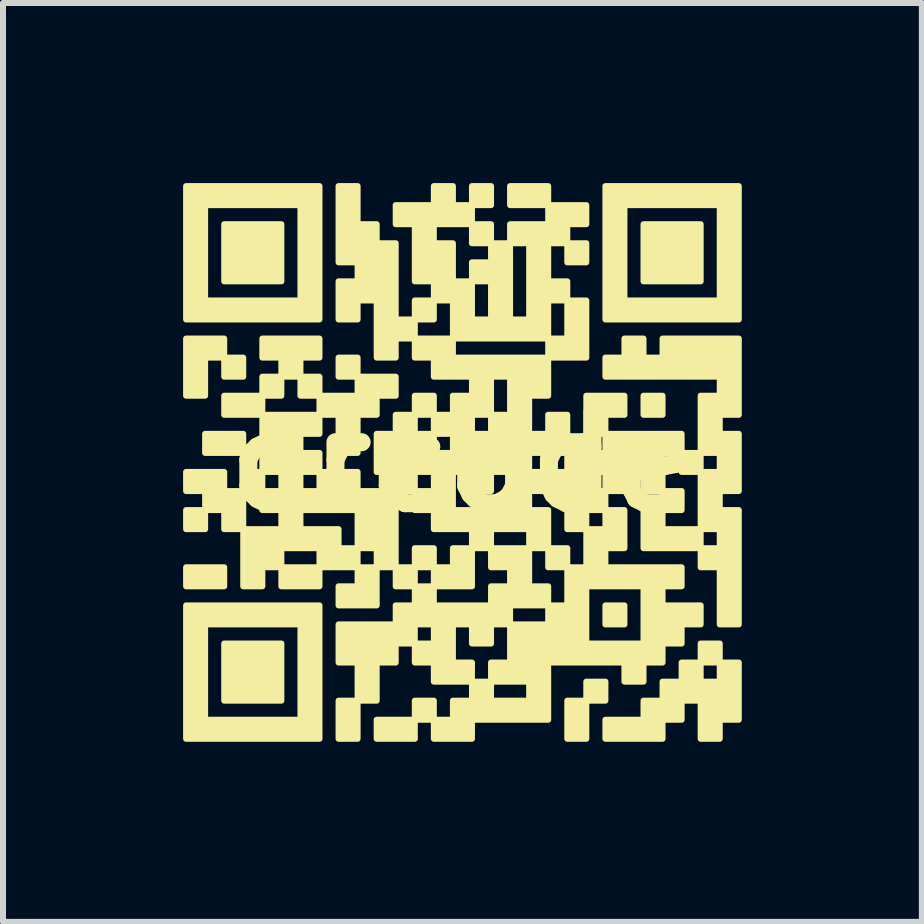
<source format=kicad_pcb>
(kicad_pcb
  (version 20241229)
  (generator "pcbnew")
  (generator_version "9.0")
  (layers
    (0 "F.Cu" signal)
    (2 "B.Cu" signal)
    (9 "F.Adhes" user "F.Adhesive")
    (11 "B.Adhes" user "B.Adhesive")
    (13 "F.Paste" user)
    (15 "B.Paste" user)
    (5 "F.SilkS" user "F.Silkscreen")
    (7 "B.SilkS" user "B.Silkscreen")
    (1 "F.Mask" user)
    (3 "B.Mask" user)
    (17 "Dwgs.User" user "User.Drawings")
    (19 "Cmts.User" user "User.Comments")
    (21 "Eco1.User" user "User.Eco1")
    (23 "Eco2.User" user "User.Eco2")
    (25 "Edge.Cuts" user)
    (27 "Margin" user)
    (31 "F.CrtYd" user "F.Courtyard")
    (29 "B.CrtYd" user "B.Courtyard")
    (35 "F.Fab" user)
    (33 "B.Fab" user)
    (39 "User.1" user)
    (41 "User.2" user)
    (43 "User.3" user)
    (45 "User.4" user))
  (footprint "qrcode"
    (layer "F.Cu")
    (at 4.643 4.643)
    (property "Reference" "qrcode" (at 0 0 0) (layer "F.SilkS") (effects (font (size 1.524 1.524) (thickness 0.3))))
    (attr through_hole)
    (fp_poly (pts (xy -4.276 1.122) (xy -4.434 1.122) (xy -4.593 1.122) (xy -4.593 0.963) (xy -4.593 0.804) (xy -4.434 0.804) (xy -4.276 0.804) (xy -4.276 0.963) (xy -4.276 1.122)) (stroke (width 0.1) (type solid)) (fill yes) (layer "F.SilkS"))
    (fp_poly (pts (xy -3.958 2.074) (xy -4.276 2.074) (xy -4.593 2.074) (xy -4.593 1.916) (xy -4.593 1.757) (xy -4.276 1.757) (xy -3.958 1.757) (xy -3.958 1.916) (xy -3.958 2.074)) (stroke (width 0.1) (type solid)) (fill yes) (layer "F.SilkS"))
    (fp_poly (pts (xy -3.641 -1.418) (xy -3.799 -1.418) (xy -3.958 -1.418) (xy -3.958 -1.577) (xy -3.958 -1.736) (xy -3.799 -1.736) (xy -3.641 -1.736) (xy -3.641 -1.577) (xy -3.641 -1.418)) (stroke (width 0.1) (type solid)) (fill yes) (layer "F.SilkS"))
    (fp_poly (pts (xy -3.641 -0.148) (xy -3.958 -0.148) (xy -4.276 -0.148) (xy -4.276 -0.307) (xy -4.276 -0.466) (xy -3.958 -0.466) (xy -3.641 -0.466) (xy -3.641 -0.307) (xy -3.641 -0.148)) (stroke (width 0.1) (type solid)) (fill yes) (layer "F.SilkS"))
    (fp_poly (pts (xy -3.323 -0.783) (xy -3.641 -0.783) (xy -3.958 -0.783) (xy -3.958 -0.942) (xy -3.958 -1.101) (xy -3.641 -1.101) (xy -3.323 -1.101) (xy -3.323 -0.942) (xy -3.323 -0.783)) (stroke (width 0.1) (type solid)) (fill yes) (layer "F.SilkS"))
    (fp_poly (pts (xy -3.323 0.487) (xy -3.482 0.487) (xy -3.641 0.487) (xy -3.641 0.328) (xy -3.641 0.169) (xy -3.482 0.169) (xy -3.323 0.169) (xy -3.323 0.328) (xy -3.323 0.487)) (stroke (width 0.1) (type solid)) (fill yes) (layer "F.SilkS"))
    (fp_poly (pts (xy -3.006 -3.006) (xy -3.482 -3.006) (xy -3.958 -3.006) (xy -3.958 -3.482) (xy -3.958 -3.958) (xy -3.482 -3.958) (xy -3.006 -3.958) (xy -3.006 -3.482) (xy -3.006 -3.006)) (stroke (width 0.1) (type solid)) (fill yes) (layer "F.SilkS"))
    (fp_poly (pts (xy -3.006 -1.101) (xy -3.164 -1.101) (xy -3.323 -1.101) (xy -3.323 -1.259) (xy -3.323 -1.418) (xy -3.164 -1.418) (xy -3.006 -1.418) (xy -3.006 -1.259) (xy -3.006 -1.101)) (stroke (width 0.1) (type solid)) (fill yes) (layer "F.SilkS"))
    (fp_poly (pts (xy -3.006 0.804) (xy -3.164 0.804) (xy -3.323 0.804) (xy -3.323 0.646) (xy -3.323 0.487) (xy -3.164 0.487) (xy -3.006 0.487) (xy -3.006 0.646) (xy -3.006 0.804)) (stroke (width 0.1) (type solid)) (fill yes) (layer "F.SilkS"))
    (fp_poly (pts (xy -3.006 3.979) (xy -3.482 3.979) (xy -3.958 3.979) (xy -3.958 3.503) (xy -3.958 3.027) (xy -3.482 3.027) (xy -3.006 3.027) (xy -3.006 3.503) (xy -3.006 3.979)) (stroke (width 0.1) (type solid)) (fill yes) (layer "F.SilkS"))
    (fp_poly (pts (xy -2.371 -1.101) (xy -2.529 -1.101) (xy -2.688 -1.101) (xy -2.688 -1.259) (xy -2.688 -1.418) (xy -2.529 -1.418) (xy -2.371 -1.418) (xy -2.371 -1.259) (xy -2.371 -1.101)) (stroke (width 0.1) (type solid)) (fill yes) (layer "F.SilkS"))
    (fp_poly (pts (xy -2.371 2.074) (xy -2.688 2.074) (xy -3.006 2.074) (xy -3.006 1.916) (xy -3.006 1.757) (xy -2.688 1.757) (xy -2.371 1.757) (xy -2.371 1.916) (xy -2.371 2.074)) (stroke (width 0.1) (type solid)) (fill yes) (layer "F.SilkS"))
    (fp_poly (pts (xy -1.736 -1.418) (xy -1.894 -1.418) (xy -2.053 -1.418) (xy -2.053 -1.577) (xy -2.053 -1.736) (xy -1.894 -1.736) (xy -1.736 -1.736) (xy -1.736 -1.577) (xy -1.736 -1.418)) (stroke (width 0.1) (type solid)) (fill yes) (layer "F.SilkS"))
    (fp_poly (pts (xy -1.736 4.614) (xy -1.894 4.614) (xy -2.053 4.614) (xy -2.053 4.297) (xy -2.053 3.979) (xy -1.894 3.979) (xy -1.736 3.979) (xy -1.736 4.297) (xy -1.736 4.614)) (stroke (width 0.1) (type solid)) (fill yes) (layer "F.SilkS"))
    (fp_poly (pts (xy -0.783 -0.466) (xy -0.942 -0.466) (xy -1.101 -0.466) (xy -1.101 -0.624) (xy -1.101 -0.783) (xy -0.942 -0.783) (xy -0.783 -0.783) (xy -0.783 -0.624) (xy -0.783 -0.466)) (stroke (width 0.1) (type solid)) (fill yes) (layer "F.SilkS"))
    (fp_poly (pts (xy -0.783 2.074) (xy -0.942 2.074) (xy -1.101 2.074) (xy -1.101 1.916) (xy -1.101 1.757) (xy -0.942 1.757) (xy -0.783 1.757) (xy -0.783 1.916) (xy -0.783 2.074)) (stroke (width 0.1) (type solid)) (fill yes) (layer "F.SilkS"))
    (fp_poly (pts (xy -0.783 4.614) (xy -1.101 4.614) (xy -1.418 4.614) (xy -1.418 4.456) (xy -1.418 4.297) (xy -1.101 4.297) (xy -0.783 4.297) (xy -0.783 4.456) (xy -0.783 4.614)) (stroke (width 0.1) (type solid)) (fill yes) (layer "F.SilkS"))
    (fp_poly (pts (xy -0.466 -2.371) (xy -0.624 -2.371) (xy -0.783 -2.371) (xy -0.783 -2.529) (xy -0.783 -2.688) (xy -0.624 -2.688) (xy -0.466 -2.688) (xy -0.466 -2.529) (xy -0.466 -2.371)) (stroke (width 0.1) (type solid)) (fill yes) (layer "F.SilkS"))
    (fp_poly (pts (xy -0.466 -0.783) (xy -0.624 -0.783) (xy -0.783 -0.783) (xy -0.783 -0.942) (xy -0.783 -1.101) (xy -0.624 -1.101) (xy -0.466 -1.101) (xy -0.466 -0.942) (xy -0.466 -0.783)) (stroke (width 0.1) (type solid)) (fill yes) (layer "F.SilkS"))
    (fp_poly (pts (xy -0.466 1.757) (xy -0.624 1.757) (xy -0.783 1.757) (xy -0.783 1.598) (xy -0.783 1.439) (xy -0.624 1.439) (xy -0.466 1.439) (xy -0.466 1.598) (xy -0.466 1.757)) (stroke (width 0.1) (type solid)) (fill yes) (layer "F.SilkS"))
    (fp_poly (pts (xy -0.466 4.297) (xy -0.624 4.297) (xy -0.783 4.297) (xy -0.783 4.138) (xy -0.783 3.979) (xy -0.624 3.979) (xy -0.466 3.979) (xy -0.466 4.138) (xy -0.466 4.297)) (stroke (width 0.1) (type solid)) (fill yes) (layer "F.SilkS"))
    (fp_poly (pts (xy 0.487 -4.276) (xy 0.328 -4.276) (xy 0.169 -4.276) (xy 0.169 -4.434) (xy 0.169 -4.593) (xy 0.328 -4.593) (xy 0.487 -4.593) (xy 0.487 -4.434) (xy 0.487 -4.276)) (stroke (width 0.1) (type solid)) (fill yes) (layer "F.SilkS"))
    (fp_poly (pts (xy 0.487 -3.641) (xy 0.328 -3.641) (xy 0.169 -3.641) (xy 0.169 -3.799) (xy 0.169 -3.958) (xy 0.328 -3.958) (xy 0.487 -3.958) (xy 0.487 -3.799) (xy 0.487 -3.641)) (stroke (width 0.1) (type solid)) (fill yes) (layer "F.SilkS"))
    (fp_poly (pts (xy 1.439 -4.276) (xy 1.122 -4.276) (xy 0.804 -4.276) (xy 0.804 -4.434) (xy 0.804 -4.593) (xy 1.122 -4.593) (xy 1.439 -4.593) (xy 1.439 -4.434) (xy 1.439 -4.276)) (stroke (width 0.1) (type solid)) (fill yes) (layer "F.SilkS"))
    (fp_poly (pts (xy 1.757 1.757) (xy 1.598 1.757) (xy 1.439 1.757) (xy 1.439 1.598) (xy 1.439 1.439) (xy 1.598 1.439) (xy 1.757 1.439) (xy 1.757 1.598) (xy 1.757 1.757)) (stroke (width 0.1) (type solid)) (fill yes) (layer "F.SilkS"))
    (fp_poly (pts (xy 2.074 -3.323) (xy 1.916 -3.323) (xy 1.757 -3.323) (xy 1.757 -3.482) (xy 1.757 -3.641) (xy 1.916 -3.641) (xy 2.074 -3.641) (xy 2.074 -3.482) (xy 2.074 -3.323)) (stroke (width 0.1) (type solid)) (fill yes) (layer "F.SilkS"))
    (fp_poly (pts (xy 2.074 4.614) (xy 1.916 4.614) (xy 1.757 4.614) (xy 1.757 4.297) (xy 1.757 3.979) (xy 1.916 3.979) (xy 2.074 3.979) (xy 2.074 4.297) (xy 2.074 4.614)) (stroke (width 0.1) (type solid)) (fill yes) (layer "F.SilkS"))
    (fp_poly (pts (xy 2.392 3.979) (xy 2.233 3.979) (xy 2.074 3.979) (xy 2.074 3.821) (xy 2.074 3.662) (xy 2.233 3.662) (xy 2.392 3.662) (xy 2.392 3.821) (xy 2.392 3.979)) (stroke (width 0.1) (type solid)) (fill yes) (layer "F.SilkS"))
    (fp_poly (pts (xy 2.709 2.709) (xy 2.551 2.709) (xy 2.392 2.709) (xy 2.392 2.551) (xy 2.392 2.392) (xy 2.551 2.392) (xy 2.709 2.392) (xy 2.709 2.551) (xy 2.709 2.709)) (stroke (width 0.1) (type solid)) (fill yes) (layer "F.SilkS"))
    (fp_poly (pts (xy 3.344 -0.783) (xy 3.186 -0.783) (xy 3.027 -0.783) (xy 3.027 -0.942) (xy 3.027 -1.101) (xy 3.186 -1.101) (xy 3.344 -1.101) (xy 3.344 -0.942) (xy 3.344 -0.783)) (stroke (width 0.1) (type solid)) (fill yes) (layer "F.SilkS"))
    (fp_poly (pts (xy 3.662 0.804) (xy 3.503 0.804) (xy 3.344 0.804) (xy 3.344 0.646) (xy 3.344 0.487) (xy 3.503 0.487) (xy 3.662 0.487) (xy 3.662 0.646) (xy 3.662 0.804)) (stroke (width 0.1) (type solid)) (fill yes) (layer "F.SilkS"))
    (fp_poly (pts (xy 3.979 -3.006) (xy 3.503 -3.006) (xy 3.027 -3.006) (xy 3.027 -3.482) (xy 3.027 -3.958) (xy 3.503 -3.958) (xy 3.979 -3.958) (xy 3.979 -3.482) (xy 3.979 -3.006)) (stroke (width 0.1) (type solid)) (fill yes) (layer "F.SilkS"))
    (fp_poly (pts (xy 3.979 0.169) (xy 3.821 0.169) (xy 3.662 0.169) (xy 3.662 0.011) (xy 3.662 -0.148) (xy 3.821 -0.148) (xy 3.979 -0.148) (xy 3.979 0.011) (xy 3.979 0.169)) (stroke (width 0.1) (type solid)) (fill yes) (layer "F.SilkS"))
    (fp_poly (pts (xy 4.297 3.344) (xy 4.138 3.344) (xy 3.979 3.344) (xy 3.979 3.186) (xy 3.979 3.027) (xy 4.138 3.027) (xy 4.297 3.027) (xy 4.297 3.186) (xy 4.297 3.344)) (stroke (width 0.1) (type solid)) (fill yes) (layer "F.SilkS"))
    (fp_poly (pts (xy -3.958 -1.736) (xy -4.117 -1.736) (xy -4.276 -1.736) (xy -4.276 -1.418) (xy -4.276 -1.101) (xy -4.434 -1.101) (xy -4.593 -1.101) (xy -4.593 -1.577) (xy -4.593 -2.053) (xy -4.276 -2.053) (xy -3.958 -2.053) (xy -3.958 -1.894) (xy -3.958 -1.736)) (stroke (width 0.1) (type solid)) (fill yes) (layer "F.SilkS"))
    (fp_poly (pts (xy -1.418 2.392) (xy -1.736 2.392) (xy -2.053 2.392) (xy -2.053 2.233) (xy -2.053 2.074) (xy -1.894 2.074) (xy -1.736 2.074) (xy -1.736 1.916) (xy -1.736 1.757) (xy -1.577 1.757) (xy -1.418 1.757) (xy -1.418 2.074) (xy -1.418 2.392)) (stroke (width 0.1) (type solid)) (fill yes) (layer "F.SilkS"))
    (fp_poly (pts (xy 0.169 2.074) (xy -0.148 2.074) (xy -0.466 2.074) (xy -0.466 1.916) (xy -0.466 1.757) (xy -0.307 1.757) (xy -0.148 1.757) (xy -0.148 1.598) (xy -0.148 1.439) (xy 0.011 1.439) (xy 0.169 1.439) (xy 0.169 1.757) (xy 0.169 2.074)) (stroke (width 0.1) (type solid)) (fill yes) (layer "F.SilkS"))
    (fp_poly (pts (xy 2.074 -1.736) (xy 1.757 -1.736) (xy 1.439 -1.736) (xy 1.439 -1.894) (xy 1.439 -2.053) (xy 1.598 -2.053) (xy 1.757 -2.053) (xy 1.757 -2.371) (xy 1.757 -2.688) (xy 1.916 -2.688) (xy 2.074 -2.688) (xy 2.074 -2.212) (xy 2.074 -1.736)) (stroke (width 0.1) (type solid)) (fill yes) (layer "F.SilkS"))
    (fp_poly (pts (xy 2.709 -0.783) (xy 2.551 -0.783) (xy 2.392 -0.783) (xy 2.392 -0.624) (xy 2.392 -0.466) (xy 2.233 -0.466) (xy 2.074 -0.466) (xy 2.074 -0.783) (xy 2.074 -1.101) (xy 2.392 -1.101) (xy 2.709 -1.101) (xy 2.709 -0.942) (xy 2.709 -0.783)) (stroke (width 0.1) (type solid)) (fill yes) (layer "F.SilkS"))
    (fp_poly (pts (xy 3.979 1.439) (xy 3.503 1.439) (xy 3.027 1.439) (xy 3.027 1.122) (xy 3.027 0.804) (xy 3.186 0.804) (xy 3.344 0.804) (xy 3.344 0.963) (xy 3.344 1.122) (xy 3.662 1.122) (xy 3.979 1.122) (xy 3.979 1.281) (xy 3.979 1.439)) (stroke (width 0.1) (type solid)) (fill yes) (layer "F.SilkS"))
    (fp_poly (pts (xy -2.371 -1.736) (xy -2.529 -1.736) (xy -2.688 -1.736) (xy -2.688 -1.577) (xy -2.688 -1.418) (xy -2.847 -1.418) (xy -3.006 -1.418) (xy -3.006 -1.577) (xy -3.006 -1.736) (xy -3.164 -1.736) (xy -3.323 -1.736) (xy -3.323 -1.894) (xy -3.323 -2.053) (xy -2.847 -2.053) (xy -2.371 -2.053) (xy -2.371 -1.894) (xy -2.371 -1.736)) (stroke (width 0.1) (type solid)) (fill yes) (layer "F.SilkS"))
    (fp_poly (pts (xy -2.371 -2.371) (xy -2.688 -2.371) (xy -2.688 -2.688) (xy -2.688 -3.482) (xy -2.688 -4.276) (xy -3.482 -4.276) (xy -4.276 -4.276) (xy -4.276 -3.482) (xy -4.276 -2.688) (xy -3.482 -2.688) (xy -2.688 -2.688) (xy -2.688 -2.371) (xy -3.482 -2.371) (xy -4.593 -2.371) (xy -4.593 -3.482) (xy -4.593 -4.593) (xy -3.482 -4.593) (xy -2.371 -4.593) (xy -2.371 -3.482) (xy -2.371 -2.371)) (stroke (width 0.1) (type solid)) (fill yes) (layer "F.SilkS"))
    (fp_poly (pts (xy -2.371 4.614) (xy -2.688 4.614) (xy -2.688 4.297) (xy -2.688 3.503) (xy -2.688 2.709) (xy -3.482 2.709) (xy -4.276 2.709) (xy -4.276 3.503) (xy -4.276 4.297) (xy -3.482 4.297) (xy -2.688 4.297) (xy -2.688 4.614) (xy -3.482 4.614) (xy -4.593 4.614) (xy -4.593 3.503) (xy -4.593 2.392) (xy -3.482 2.392) (xy -2.371 2.392) (xy -2.371 3.503) (xy -2.371 4.614)) (stroke (width 0.1) (type solid)) (fill yes) (layer "F.SilkS"))
    (fp_poly (pts (xy 4.614 -2.371) (xy 4.297 -2.371) (xy 4.297 -2.688) (xy 4.297 -3.482) (xy 4.297 -4.276) (xy 3.503 -4.276) (xy 2.709 -4.276) (xy 2.709 -3.482) (xy 2.709 -2.688) (xy 3.503 -2.688) (xy 4.297 -2.688) (xy 4.297 -2.371) (xy 3.503 -2.371) (xy 2.392 -2.371) (xy 2.392 -3.482) (xy 2.392 -4.593) (xy 3.503 -4.593) (xy 4.614 -4.593) (xy 4.614 -3.482) (xy 4.614 -2.371)) (stroke (width 0.1) (type solid)) (fill yes) (layer "F.SilkS"))
    (fp_poly (pts (xy -3.641 1.122) (xy -3.799 1.122) (xy -3.958 1.122) (xy -3.958 0.963) (xy -3.958 0.804) (xy -4.117 0.804) (xy -4.276 0.804) (xy -4.276 0.646) (xy -4.276 0.487) (xy -4.434 0.487) (xy -4.593 0.487) (xy -4.593 0.328) (xy -4.593 0.169) (xy -4.276 0.169) (xy -3.958 0.169) (xy -3.958 0.328) (xy -3.958 0.487) (xy -3.799 0.487) (xy -3.641 0.487) (xy -3.641 0.804) (xy -3.641 1.122)) (stroke (width 0.1) (type solid)) (fill yes) (layer "F.SilkS"))
    (fp_poly (pts (xy -1.101 -1.101) (xy -1.259 -1.101) (xy -1.418 -1.101) (xy -1.418 -0.942) (xy -1.418 -0.783) (xy -1.577 -0.783) (xy -1.736 -0.783) (xy -1.736 -0.466) (xy -1.736 -0.148) (xy -1.894 -0.148) (xy -2.053 -0.148) (xy -2.053 -0.466) (xy -2.053 -0.783) (xy -2.212 -0.783) (xy -2.371 -0.783) (xy -2.371 -0.942) (xy -2.371 -1.101) (xy -2.053 -1.101) (xy -1.736 -1.101) (xy -1.736 -1.259) (xy -1.736 -1.418) (xy -1.418 -1.418) (xy -1.101 -1.418) (xy -1.101 -1.259) (xy -1.101 -1.101)) (stroke (width 0.1) (type solid)) (fill yes) (layer "F.SilkS"))
    (fp_poly (pts (xy -1.101 1.757) (xy -1.259 1.757) (xy -1.418 1.757) (xy -1.418 1.598) (xy -1.418 1.439) (xy -1.577 1.439) (xy -1.736 1.439) (xy -1.736 1.122) (xy -1.736 0.804) (xy -2.212 0.804) (xy -2.688 0.804) (xy -2.688 0.646) (xy -2.688 0.487) (xy -2.529 0.487) (xy -2.371 0.487) (xy -2.371 0.328) (xy -2.371 0.169) (xy -2.053 0.169) (xy -1.736 0.169) (xy -1.736 0.328) (xy -1.736 0.487) (xy -1.418 0.487) (xy -1.101 0.487) (xy -1.101 1.122) (xy -1.101 1.757)) (stroke (width 0.1) (type solid)) (fill yes) (layer "F.SilkS"))
    (fp_poly (pts (xy -2.371 0.169) (xy -2.529 0.169) (xy -2.688 0.169) (xy -2.688 0.328) (xy -2.688 0.487) (xy -2.847 0.487) (xy -3.006 0.487) (xy -3.006 0.328) (xy -3.006 0.169) (xy -3.164 0.169) (xy -3.323 0.169) (xy -3.323 0.011) (xy -3.323 -0.148) (xy -3.164 -0.148) (xy -3.006 -0.148) (xy -3.006 -0.307) (xy -3.006 -0.466) (xy -3.164 -0.466) (xy -3.323 -0.466) (xy -3.323 -0.624) (xy -3.323 -0.783) (xy -2.847 -0.783) (xy -2.371 -0.783) (xy -2.371 -0.624) (xy -2.371 -0.466) (xy -2.529 -0.466) (xy -2.688 -0.466) (xy -2.688 -0.307) (xy -2.688 -0.148) (xy -2.529 -0.148) (xy -2.371 -0.148) (xy -2.371 0.011) (xy -2.371 0.169)) (stroke (width 0.1) (type solid)) (fill yes) (layer "F.SilkS"))
    (fp_poly (pts (xy -1.736 1.757) (xy -2.053 1.757) (xy -2.371 1.757) (xy -2.371 1.598) (xy -2.371 1.439) (xy -2.688 1.439) (xy -3.006 1.439) (xy -3.006 1.598) (xy -3.006 1.757) (xy -3.164 1.757) (xy -3.323 1.757) (xy -3.323 1.916) (xy -3.323 2.074) (xy -3.482 2.074) (xy -3.641 2.074) (xy -3.641 1.598) (xy -3.641 1.122) (xy -3.323 1.122) (xy -3.006 1.122) (xy -3.006 0.963) (xy -3.006 0.804) (xy -2.847 0.804) (xy -2.688 0.804) (xy -2.688 0.963) (xy -2.688 1.122) (xy -2.371 1.122) (xy -2.053 1.122) (xy -2.053 1.281) (xy -2.053 1.439) (xy -1.894 1.439) (xy -1.736 1.439) (xy -1.736 1.598) (xy -1.736 1.757)) (stroke (width 0.1) (type solid)) (fill yes) (layer "F.SilkS"))
    (fp_poly (pts (xy -0.783 -2.053) (xy -0.942 -2.053) (xy -1.101 -2.053) (xy -1.101 -1.894) (xy -1.101 -1.736) (xy -1.259 -1.736) (xy -1.418 -1.736) (xy -1.418 -2.212) (xy -1.418 -2.688) (xy -1.577 -2.688) (xy -1.736 -2.688) (xy -1.736 -2.529) (xy -1.736 -2.371) (xy -1.894 -2.371) (xy -2.053 -2.371) (xy -2.053 -2.688) (xy -2.053 -3.006) (xy -1.894 -3.006) (xy -1.736 -3.006) (xy -1.736 -3.164) (xy -1.736 -3.323) (xy -1.894 -3.323) (xy -2.053 -3.323) (xy -2.053 -3.958) (xy -2.053 -4.593) (xy -1.894 -4.593) (xy -1.736 -4.593) (xy -1.736 -4.276) (xy -1.736 -3.958) (xy -1.577 -3.958) (xy -1.418 -3.958) (xy -1.418 -3.799) (xy -1.418 -3.641) (xy -1.259 -3.641) (xy -1.101 -3.641) (xy -1.101 -3.006) (xy -1.101 -2.371) (xy -0.942 -2.371) (xy -0.783 -2.371) (xy -0.783 -2.212) (xy -0.783 -2.053)) (stroke (width 0.1) (type solid)) (fill yes) (layer "F.SilkS"))
    (fp_poly (pts (xy 4.614 4.297) (xy 4.456 4.297) (xy 4.297 4.297) (xy 4.297 4.456) (xy 4.297 4.614) (xy 4.138 4.614) (xy 3.979 4.614) (xy 3.979 4.297) (xy 3.979 3.979) (xy 3.821 3.979) (xy 3.662 3.979) (xy 3.662 4.138) (xy 3.662 4.297) (xy 3.503 4.297) (xy 3.344 4.297) (xy 3.344 4.456) (xy 3.344 4.614) (xy 2.868 4.614) (xy 2.392 4.614) (xy 2.392 4.456) (xy 2.392 4.297) (xy 2.709 4.297) (xy 3.027 4.297) (xy 3.027 4.138) (xy 3.027 3.979) (xy 3.186 3.979) (xy 3.344 3.979) (xy 3.344 3.821) (xy 3.344 3.662) (xy 3.503 3.662) (xy 3.662 3.662) (xy 3.662 3.503) (xy 3.662 3.344) (xy 3.821 3.344) (xy 3.979 3.344) (xy 3.979 3.503) (xy 3.979 3.662) (xy 4.138 3.662) (xy 4.297 3.662) (xy 4.297 3.503) (xy 4.297 3.344) (xy 4.456 3.344) (xy 4.614 3.344) (xy 4.614 3.821) (xy 4.614 4.297)) (stroke (width 0.1) (type solid)) (fill yes) (layer "F.SilkS"))
    (fp_poly (pts (xy 4.614 2.709) (xy 4.456 2.709) (xy 4.297 2.709) (xy 4.297 2.233) (xy 4.297 1.757) (xy 4.138 1.757) (xy 3.979 1.757) (xy 3.979 1.598) (xy 3.979 1.439) (xy 4.138 1.439) (xy 4.297 1.439) (xy 4.297 1.281) (xy 4.297 1.122) (xy 4.138 1.122) (xy 3.979 1.122) (xy 3.979 0.646) (xy 3.979 0.169) (xy 4.138 0.169) (xy 4.297 0.169) (xy 4.297 0.011) (xy 4.297 -0.148) (xy 4.138 -0.148) (xy 3.979 -0.148) (xy 3.979 -0.624) (xy 3.979 -1.101) (xy 4.138 -1.101) (xy 4.297 -1.101) (xy 4.297 -1.259) (xy 4.297 -1.418) (xy 3.344 -1.418) (xy 2.392 -1.418) (xy 2.392 -1.577) (xy 2.392 -1.736) (xy 2.551 -1.736) (xy 2.709 -1.736) (xy 2.709 -1.894) (xy 2.709 -2.053) (xy 2.868 -2.053) (xy 3.027 -2.053) (xy 3.027 -1.894) (xy 3.027 -1.736) (xy 3.186 -1.736) (xy 3.344 -1.736) (xy 3.344 -1.894) (xy 3.344 -2.053) (xy 3.979 -2.053) (xy 4.614 -2.053) (xy 4.614 -1.418) (xy 4.614 -0.783) (xy 4.456 -0.783) (xy 4.297 -0.783) (xy 4.297 -0.624) (xy 4.297 -0.466) (xy 4.456 -0.466) (xy 4.614 -0.466) (xy 4.614 0.011) (xy 4.614 0.487) (xy 4.456 0.487) (xy 4.297 0.487) (xy 4.297 0.646) (xy 4.297 0.804) (xy 4.456 0.804) (xy 4.614 0.804) (xy 4.614 1.757) (xy 4.614 2.709)) (stroke (width 0.1) (type solid)) (fill yes) (layer "F.SilkS"))
    (fp_poly (pts (xy 1.439 2.392) (xy 1.122 2.392) (xy 0.804 2.392) (xy 0.804 2.551) (xy 0.804 2.709) (xy 0.646 2.709) (xy 0.487 2.709) (xy 0.487 2.868) (xy 0.487 3.027) (xy 0.328 3.027) (xy 0.169 3.027) (xy 0.169 2.868) (xy 0.169 2.709) (xy 0.011 2.709) (xy -0.148 2.709) (xy -0.148 3.027) (xy -0.148 3.344) (xy 0.011 3.344) (xy 0.169 3.344) (xy 0.169 3.503) (xy 0.169 3.662) (xy -0.148 3.662) (xy -0.466 3.662) (xy -0.466 3.503) (xy -0.466 3.344) (xy -0.624 3.344) (xy -0.783 3.344) (xy -0.783 3.186) (xy -0.783 3.027) (xy -0.624 3.027) (xy -0.466 3.027) (xy -0.466 2.868) (xy -0.466 2.709) (xy -0.624 2.709) (xy -0.783 2.709) (xy -0.783 2.868) (xy -0.783 3.027) (xy -0.942 3.027) (xy -1.101 3.027) (xy -1.101 3.186) (xy -1.101 3.344) (xy -1.259 3.344) (xy -1.418 3.344) (xy -1.418 3.662) (xy -1.418 3.979) (xy -1.577 3.979) (xy -1.736 3.979) (xy -1.736 3.662) (xy -1.736 3.344) (xy -1.894 3.344) (xy -2.053 3.344) (xy -2.053 3.027) (xy -2.053 2.709) (xy -1.577 2.709) (xy -1.101 2.709) (xy -1.101 2.551) (xy -1.101 2.392) (xy -0.942 2.392) (xy -0.783 2.392) (xy -0.783 2.233) (xy -0.783 2.074) (xy -0.624 2.074) (xy -0.466 2.074) (xy -0.466 2.233) (xy -0.466 2.392) (xy 0.011 2.392) (xy 0.487 2.392) (xy 0.487 2.233) (xy 0.487 2.074) (xy 0.646 2.074) (xy 0.804 2.074) (xy 0.804 1.916) (xy 0.804 1.757) (xy 0.646 1.757) (xy 0.487 1.757) (xy 0.487 1.598) (xy 0.487 1.439) (xy 0.804 1.439) (xy 1.122 1.439) (xy 1.122 1.757) (xy 1.122 2.074) (xy 1.281 2.074) (xy 1.439 2.074) (xy 1.439 2.233) (xy 1.439 2.392)) (stroke (width 0.1) (type solid)) (fill yes) (layer "F.SilkS"))
    (fp_poly (pts (xy 2.074 -3.958) (xy 1.916 -3.958) (xy 1.757 -3.958) (xy 1.757 -3.799) (xy 1.757 -3.641) (xy 1.598 -3.641) (xy 1.439 -3.641) (xy 1.439 -3.323) (xy 1.439 -3.006) (xy 1.598 -3.006) (xy 1.757 -3.006) (xy 1.757 -2.847) (xy 1.757 -2.688) (xy 1.598 -2.688) (xy 1.439 -2.688) (xy 1.439 -2.371) (xy 1.439 -2.053) (xy 0.646 -2.053) (xy -0.148 -2.053) (xy -0.148 -2.371) (xy -0.148 -2.688) (xy -0.307 -2.688) (xy -0.466 -2.688) (xy -0.466 -2.847) (xy -0.466 -3.006) (xy -0.624 -3.006) (xy -0.783 -3.006) (xy -0.783 -3.482) (xy -0.783 -3.958) (xy -0.942 -3.958) (xy -1.101 -3.958) (xy -1.101 -4.117) (xy -1.101 -4.276) (xy -0.783 -4.276) (xy -0.466 -4.276) (xy -0.466 -4.434) (xy -0.466 -4.593) (xy -0.307 -4.593) (xy -0.148 -4.593) (xy -0.148 -4.434) (xy -0.148 -4.276) (xy 0.011 -4.276) (xy 0.169 -4.276) (xy 0.169 -4.117) (xy 0.169 -3.958) (xy -0.148 -3.958) (xy -0.466 -3.958) (xy -0.466 -3.799) (xy -0.466 -3.641) (xy -0.307 -3.641) (xy -0.148 -3.641) (xy -0.148 -3.323) (xy -0.148 -3.006) (xy 0.011 -3.006) (xy 0.169 -3.006) (xy 0.169 -2.688) (xy 0.169 -2.371) (xy 0.328 -2.371) (xy 0.487 -2.371) (xy 0.487 -2.688) (xy 0.487 -3.006) (xy 0.328 -3.006) (xy 0.169 -3.006) (xy 0.169 -3.164) (xy 0.169 -3.323) (xy 0.328 -3.323) (xy 0.487 -3.323) (xy 0.487 -3.482) (xy 0.487 -3.641) (xy 0.646 -3.641) (xy 0.804 -3.641) (xy 0.804 -3.006) (xy 0.804 -2.371) (xy 0.963 -2.371) (xy 1.122 -2.371) (xy 1.122 -3.006) (xy 1.122 -3.641) (xy 0.963 -3.641) (xy 0.804 -3.641) (xy 0.804 -3.799) (xy 0.804 -3.958) (xy 1.122 -3.958) (xy 1.439 -3.958) (xy 1.439 -4.117) (xy 1.439 -4.276) (xy 1.757 -4.276) (xy 2.074 -4.276) (xy 2.074 -4.117) (xy 2.074 -3.958)) (stroke (width 0.1) (type solid)) (fill yes) (layer "F.SilkS"))
    (fp_poly (pts (xy 3.979 2.709) (xy 3.821 2.709) (xy 3.662 2.709) (xy 3.662 2.868) (xy 3.662 3.027) (xy 3.503 3.027) (xy 3.344 3.027) (xy 3.344 3.186) (xy 3.344 3.344) (xy 3.186 3.344) (xy 3.027 3.344) (xy 3.027 3.027) (xy 3.027 2.551) (xy 3.027 2.074) (xy 2.551 2.074) (xy 2.074 2.074) (xy 2.074 2.551) (xy 2.074 3.027) (xy 2.551 3.027) (xy 3.027 3.027) (xy 3.027 3.344) (xy 3.027 3.503) (xy 3.027 3.662) (xy 2.868 3.662) (xy 2.709 3.662) (xy 2.709 3.503) (xy 2.709 3.344) (xy 2.074 3.344) (xy 1.439 3.344) (xy 1.439 3.821) (xy 1.439 4.297) (xy 0.804 4.297) (xy 0.169 4.297) (xy 0.169 4.456) (xy 0.169 4.614) (xy -0.148 4.614) (xy -0.466 4.614) (xy -0.466 4.456) (xy -0.466 4.297) (xy -0.307 4.297) (xy -0.148 4.297) (xy -0.148 4.138) (xy -0.148 3.979) (xy 0.011 3.979) (xy 0.169 3.979) (xy 0.169 3.821) (xy 0.169 3.662) (xy 0.328 3.662) (xy 0.487 3.662) (xy 0.487 3.821) (xy 0.487 3.979) (xy 0.804 3.979) (xy 1.122 3.979) (xy 1.122 3.821) (xy 1.122 3.662) (xy 0.804 3.662) (xy 0.487 3.662) (xy 0.487 3.503) (xy 0.487 3.344) (xy 0.646 3.344) (xy 0.804 3.344) (xy 0.804 3.027) (xy 0.804 2.709) (xy 1.122 2.709) (xy 1.439 2.709) (xy 1.439 2.551) (xy 1.439 2.392) (xy 1.598 2.392) (xy 1.757 2.392) (xy 1.757 2.074) (xy 1.757 1.757) (xy 1.916 1.757) (xy 2.074 1.757) (xy 2.074 1.439) (xy 2.074 1.122) (xy 2.233 1.122) (xy 2.392 1.122) (xy 2.392 0.963) (xy 2.392 0.804) (xy 2.551 0.804) (xy 2.709 0.804) (xy 2.709 1.122) (xy 2.709 1.439) (xy 2.551 1.439) (xy 2.392 1.439) (xy 2.392 1.598) (xy 2.392 1.757) (xy 3.027 1.757) (xy 3.662 1.757) (xy 3.662 1.916) (xy 3.662 2.074) (xy 3.503 2.074) (xy 3.344 2.074) (xy 3.344 2.233) (xy 3.344 2.392) (xy 3.662 2.392) (xy 3.979 2.392) (xy 3.979 2.551) (xy 3.979 2.709)) (stroke (width 0.1) (type solid)) (fill yes) (layer "F.SilkS"))
    (fp_poly (pts (xy 3.662 -0.148) (xy 3.503 -0.148) (xy 3.344 -0.148) (xy 3.344 0.169) (xy 3.344 0.487) (xy 3.186 0.487) (xy 3.027 0.487) (xy 3.027 0.328) (xy 3.027 0.169) (xy 2.868 0.169) (xy 2.709 0.169) (xy 2.709 0.328) (xy 2.709 0.487) (xy 2.551 0.487) (xy 2.392 0.487) (xy 2.392 0.328) (xy 2.392 0.169) (xy 2.233 0.169) (xy 2.074 0.169) (xy 2.074 0.328) (xy 2.074 0.487) (xy 2.233 0.487) (xy 2.392 0.487) (xy 2.392 0.646) (xy 2.392 0.804) (xy 2.233 0.804) (xy 2.074 0.804) (xy 2.074 0.963) (xy 2.074 1.122) (xy 1.916 1.122) (xy 1.757 1.122) (xy 1.757 0.804) (xy 1.757 0.487) (xy 1.439 0.487) (xy 1.122 0.487) (xy 1.122 0.646) (xy 1.122 0.804) (xy 1.281 0.804) (xy 1.439 0.804) (xy 1.439 1.122) (xy 1.439 1.439) (xy 1.281 1.439) (xy 1.122 1.439) (xy 1.122 1.281) (xy 1.122 1.122) (xy 0.804 1.122) (xy 0.804 0.804) (xy 0.804 0.487) (xy 0.804 0.169) (xy 0.804 -0.783) (xy 0.804 -1.101) (xy 0.804 -1.418) (xy 0.646 -1.418) (xy 0.487 -1.418) (xy 0.487 -1.101) (xy 0.487 -0.783) (xy 0.328 -0.783) (xy 0.169 -0.783) (xy 0.169 -0.624) (xy 0.169 -0.466) (xy 0.328 -0.466) (xy 0.487 -0.466) (xy 0.487 -0.624) (xy 0.487 -0.783) (xy 0.646 -0.783) (xy 0.804 -0.783) (xy 0.804 0.169) (xy 0.646 0.169) (xy 0.487 0.169) (xy 0.487 0.328) (xy 0.487 0.487) (xy 0.328 0.487) (xy 0.169 0.487) (xy 0.169 0.328) (xy 0.169 0.169) (xy 0.011 0.169) (xy -0.148 0.169) (xy -0.148 0.487) (xy -0.148 0.804) (xy 0.328 0.804) (xy 0.804 0.804) (xy 0.804 1.122) (xy 0.487 1.122) (xy 0.487 1.281) (xy 0.487 1.439) (xy 0.328 1.439) (xy 0.169 1.439) (xy 0.169 1.281) (xy 0.169 1.122) (xy -0.148 1.122) (xy -0.466 1.122) (xy -0.466 0.963) (xy -0.466 0.804) (xy -0.624 0.804) (xy -0.783 0.804) (xy -0.783 0.646) (xy -0.783 0.487) (xy -0.624 0.487) (xy -0.466 0.487) (xy -0.466 0.328) (xy -0.466 0.169) (xy -0.624 0.169) (xy -0.783 0.169) (xy -0.783 0.328) (xy -0.783 0.487) (xy -0.942 0.487) (xy -1.101 0.487) (xy -1.101 0.328) (xy -1.101 0.169) (xy -1.259 0.169) (xy -1.418 0.169) (xy -1.418 -0.148) (xy -1.418 -0.466) (xy -1.259 -0.466) (xy -1.101 -0.466) (xy -1.101 -0.307) (xy -1.101 -0.148) (xy -0.942 -0.148) (xy -0.783 -0.148) (xy -0.783 -0.307) (xy -0.783 -0.466) (xy -0.624 -0.466) (xy -0.466 -0.466) (xy -0.466 -0.307) (xy -0.466 -0.148) (xy -0.307 -0.148) (xy -0.148 -0.148) (xy -0.148 -0.307) (xy -0.148 -0.466) (xy -0.307 -0.466) (xy -0.466 -0.466) (xy -0.466 -0.624) (xy -0.466 -0.783) (xy -0.307 -0.783) (xy -0.148 -0.783) (xy -0.148 -0.942) (xy -0.148 -1.101) (xy 0.011 -1.101) (xy 0.169 -1.101) (xy 0.169 -1.259) (xy 0.169 -1.418) (xy -0.148 -1.418) (xy -0.466 -1.418) (xy -0.466 -1.577) (xy -0.466 -1.736) (xy -0.624 -1.736) (xy -0.783 -1.736) (xy -0.783 -1.894) (xy -0.783 -2.053) (xy -0.466 -2.053) (xy -0.148 -2.053) (xy -0.148 -1.894) (xy -0.148 -1.736) (xy 0.646 -1.736) (xy 1.439 -1.736) (xy 1.439 -1.418) (xy 1.439 -1.101) (xy 1.281 -1.101) (xy 1.122 -1.101) (xy 1.122 -0.783) (xy 1.122 -0.466) (xy 1.281 -0.466) (xy 1.439 -0.466) (xy 1.439 -0.624) (xy 1.439 -0.783) (xy 1.598 -0.783) (xy 1.757 -0.783) (xy 1.757 -0.466) (xy 1.757 -0.148) (xy 1.439 -0.148) (xy 1.122 -0.148) (xy 1.122 0.011) (xy 1.122 0.169) (xy 1.439 0.169) (xy 1.757 0.169) (xy 1.757 0.011) (xy 1.757 -0.148) (xy 2.074 -0.148) (xy 2.392 -0.148) (xy 2.392 -0.307) (xy 2.392 -0.466) (xy 3.027 -0.466) (xy 3.662 -0.466) (xy 3.662 -0.307) (xy 3.662 -0.148)) (stroke (width 0.1) (type solid)) (fill yes) (layer "F.SilkS")))
  (gr_rect
    (start -3 -3)
    (end 12.307 12.307)
    (stroke (width 0.1) (type default))
    (fill no)
    (layer "Edge.Cuts")))
</source>
